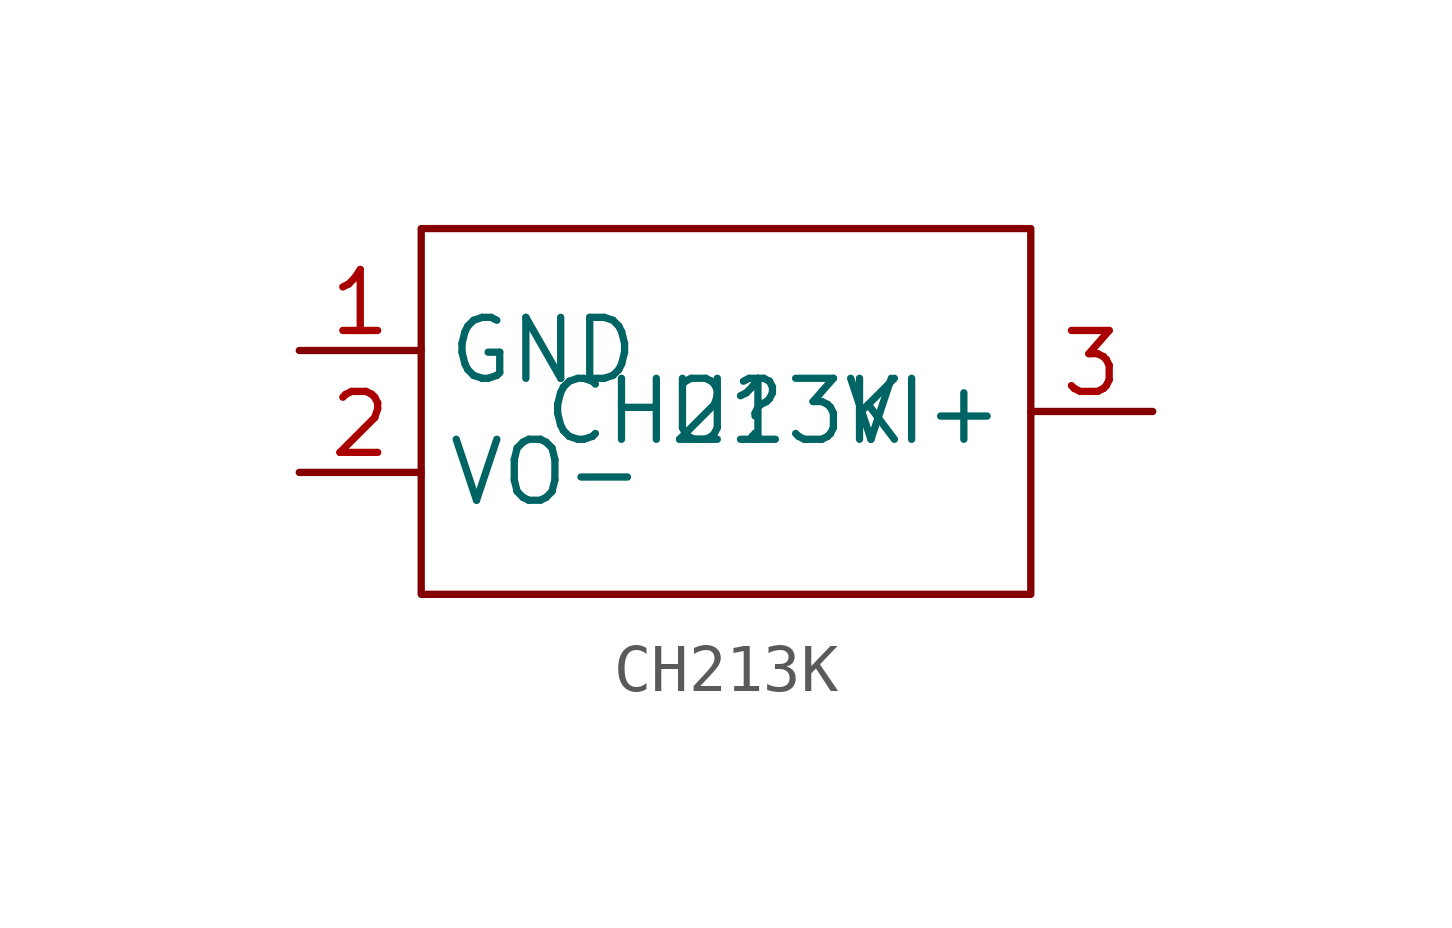
<source format=kicad_sym>
(kicad_symbol_lib
  (version 20241209)
  (generator "kicad_symbol_editor")
  (generator_version "9.0")
  (symbol "CH213K"
    (property "Reference" "U"
      (at 0 0 0)
      (effects (font (size 1.27 1.27))))
    (property "Value" "CH213K"
      (at 0 0 0)
      (effects (font (size 1.27 1.27))))
    (symbol "CH213K_1_0"
      (rectangle (start -6.35 3.81) (end 6.35 -3.81) (stroke (width 0) (type default)) (fill (type none)))
      (pin unspecified line (at -8.89 1.27 0) (length 2.54) (name "GND" (effects (font (size 1.27 1.27)))) (number "1" (effects (font (size 1.27 1.27)))))
      (pin unspecified line (at -8.89 -1.27 0) (length 2.54) (name "VO-" (effects (font (size 1.27 1.27)))) (number "2" (effects (font (size 1.27 1.27)))))
      (pin unspecified line (at 8.89 0 180) (length 2.54) (name "VI+" (effects (font (size 1.27 1.27)))) (number "3" (effects (font (size 1.27 1.27))))))))
</source>
